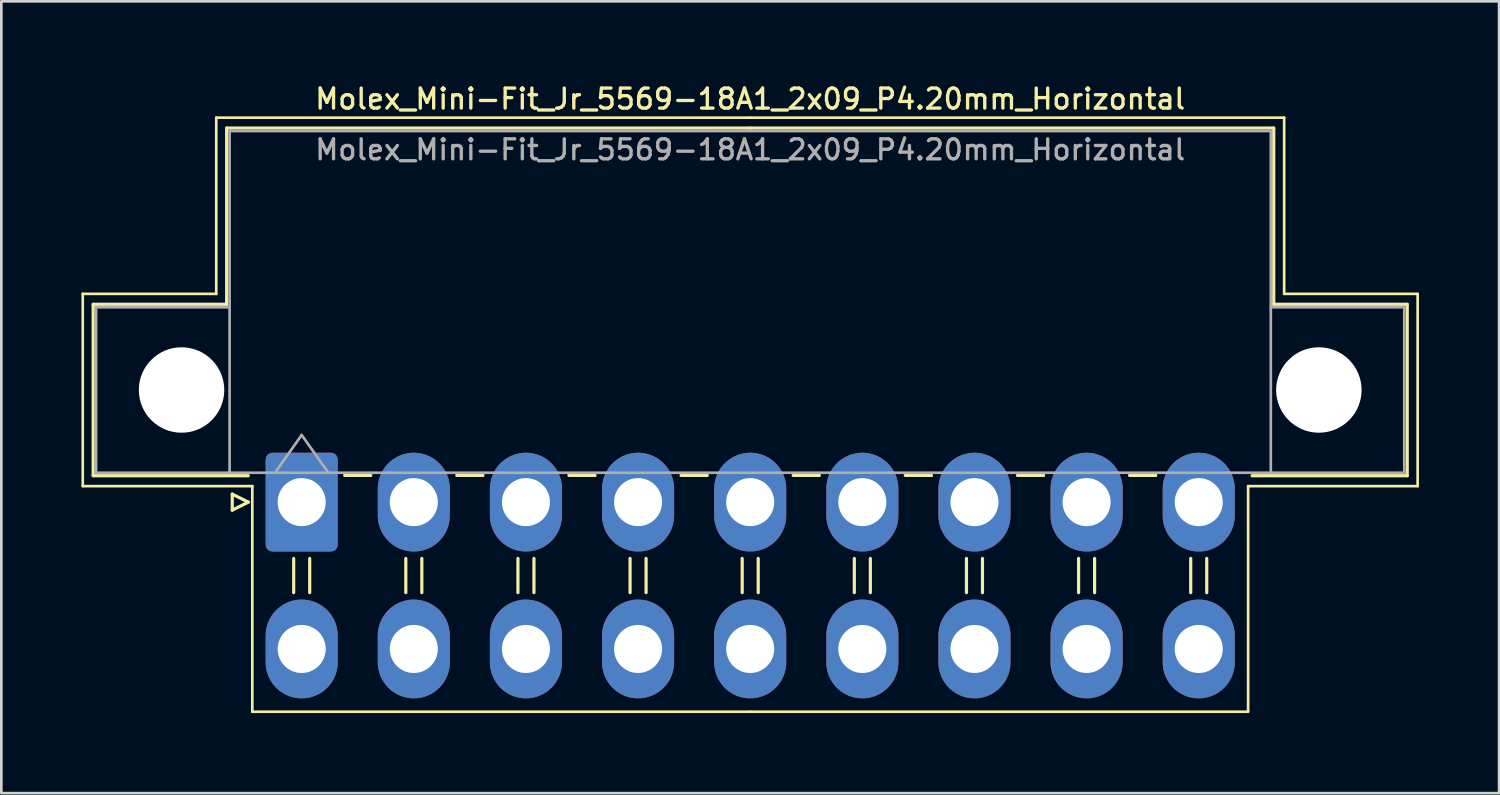
<source format=kicad_pcb>
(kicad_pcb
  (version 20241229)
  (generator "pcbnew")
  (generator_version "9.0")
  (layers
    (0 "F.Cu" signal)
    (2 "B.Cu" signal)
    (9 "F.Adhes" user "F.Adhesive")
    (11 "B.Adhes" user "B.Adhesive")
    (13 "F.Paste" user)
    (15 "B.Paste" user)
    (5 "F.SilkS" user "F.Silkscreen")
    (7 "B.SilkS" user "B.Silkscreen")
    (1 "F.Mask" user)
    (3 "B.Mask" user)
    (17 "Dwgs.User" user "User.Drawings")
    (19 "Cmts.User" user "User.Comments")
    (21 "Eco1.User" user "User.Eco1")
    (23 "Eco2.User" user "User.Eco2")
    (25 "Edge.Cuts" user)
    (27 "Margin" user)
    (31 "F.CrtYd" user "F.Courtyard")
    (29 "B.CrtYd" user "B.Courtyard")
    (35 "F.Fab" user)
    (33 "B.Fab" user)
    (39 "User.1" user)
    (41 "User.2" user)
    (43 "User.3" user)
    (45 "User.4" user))
  (footprint "Molex_Mini-Fit_Jr_5569-18A1_2x09_P4.20mm_Horizontal"
    (layer "F.Cu")
    (at 8.25 15.758)
    (property "Reference" "Molex_Mini-Fit_Jr_5569-18A1_2x09_P4.20mm_Horizontal" (at 16.8 -15.1 0) (layer "F.SilkS") (effects (font (size 0.75 0.75) (thickness 0.125))))
    (attr through_hole)
    (fp_line (start -8.2 -7.8) (end -8.2 -0.6) (stroke (width 0.1) (type solid)) (layer "F.SilkS"))
    (fp_line (start -8.2 -0.6) (end -1.85 -0.6) (stroke (width 0.1) (type solid)) (layer "F.SilkS"))
    (fp_line (start -7.81 -7.41) (end -7.81 -0.99) (stroke (width 0.12) (type solid)) (layer "F.SilkS"))
    (fp_line (start -7.81 -0.99) (end -2 -0.99) (stroke (width 0.12) (type solid)) (layer "F.SilkS"))
    (fp_line (start -3.2 -14.4) (end -3.2 -7.8) (stroke (width 0.1) (type solid)) (layer "F.SilkS"))
    (fp_line (start -3.2 -7.8) (end -8.2 -7.8) (stroke (width 0.1) (type solid)) (layer "F.SilkS"))
    (fp_line (start -2.81 -14.01) (end -2.81 -7.41) (stroke (width 0.12) (type solid)) (layer "F.SilkS"))
    (fp_line (start -2.81 -7.41) (end -7.81 -7.41) (stroke (width 0.12) (type solid)) (layer "F.SilkS"))
    (fp_line (start -2.6 -0.3) (end -2 0) (stroke (width 0.12) (type solid)) (layer "F.SilkS"))
    (fp_line (start -2.6 0.3) (end -2.6 -0.3) (stroke (width 0.12) (type solid)) (layer "F.SilkS"))
    (fp_line (start -2 0) (end -2.6 0.3) (stroke (width 0.12) (type solid)) (layer "F.SilkS"))
    (fp_line (start -1.85 -0.6) (end -1.85 7.85) (stroke (width 0.1) (type solid)) (layer "F.SilkS"))
    (fp_line (start -1.85 7.85) (end 16.8 7.85) (stroke (width 0.1) (type solid)) (layer "F.SilkS"))
    (fp_line (start -0.3 2.11) (end -0.3 3.39) (stroke (width 0.12) (type solid)) (layer "F.SilkS"))
    (fp_line (start 0.3 2.11) (end 0.3 3.39) (stroke (width 0.12) (type solid)) (layer "F.SilkS"))
    (fp_line (start 1.61 -1) (end 2.59 -1) (stroke (width 0.12) (type solid)) (layer "F.SilkS"))
    (fp_line (start 3.9 2.11) (end 3.9 3.39) (stroke (width 0.12) (type solid)) (layer "F.SilkS"))
    (fp_line (start 4.5 2.11) (end 4.5 3.39) (stroke (width 0.12) (type solid)) (layer "F.SilkS"))
    (fp_line (start 5.81 -1) (end 6.79 -1) (stroke (width 0.12) (type solid)) (layer "F.SilkS"))
    (fp_line (start 8.1 2.11) (end 8.1 3.39) (stroke (width 0.12) (type solid)) (layer "F.SilkS"))
    (fp_line (start 8.7 2.11) (end 8.7 3.39) (stroke (width 0.12) (type solid)) (layer "F.SilkS"))
    (fp_line (start 10.01 -1) (end 10.99 -1) (stroke (width 0.12) (type solid)) (layer "F.SilkS"))
    (fp_line (start 12.3 2.11) (end 12.3 3.39) (stroke (width 0.12) (type solid)) (layer "F.SilkS"))
    (fp_line (start 12.9 2.11) (end 12.9 3.39) (stroke (width 0.12) (type solid)) (layer "F.SilkS"))
    (fp_line (start 14.21 -1) (end 15.19 -1) (stroke (width 0.12) (type solid)) (layer "F.SilkS"))
    (fp_line (start 16.5 2.11) (end 16.5 3.39) (stroke (width 0.12) (type solid)) (layer "F.SilkS"))
    (fp_line (start 16.8 -14.4) (end -3.2 -14.4) (stroke (width 0.1) (type solid)) (layer "F.SilkS"))
    (fp_line (start 16.8 -14.4) (end 36.8 -14.4) (stroke (width 0.1) (type solid)) (layer "F.SilkS"))
    (fp_line (start 16.8 -14.01) (end -2.81 -14.01) (stroke (width 0.12) (type solid)) (layer "F.SilkS"))
    (fp_line (start 16.8 -14.01) (end 36.41 -14.01) (stroke (width 0.12) (type solid)) (layer "F.SilkS"))
    (fp_line (start 17.1 2.11) (end 17.1 3.39) (stroke (width 0.12) (type solid)) (layer "F.SilkS"))
    (fp_line (start 18.41 -1) (end 19.39 -1) (stroke (width 0.12) (type solid)) (layer "F.SilkS"))
    (fp_line (start 20.7 2.11) (end 20.7 3.39) (stroke (width 0.12) (type solid)) (layer "F.SilkS"))
    (fp_line (start 21.3 2.11) (end 21.3 3.39) (stroke (width 0.12) (type solid)) (layer "F.SilkS"))
    (fp_line (start 22.61 -1) (end 23.59 -1) (stroke (width 0.12) (type solid)) (layer "F.SilkS"))
    (fp_line (start 24.9 2.11) (end 24.9 3.39) (stroke (width 0.12) (type solid)) (layer "F.SilkS"))
    (fp_line (start 25.5 2.11) (end 25.5 3.39) (stroke (width 0.12) (type solid)) (layer "F.SilkS"))
    (fp_line (start 26.81 -1) (end 27.79 -1) (stroke (width 0.12) (type solid)) (layer "F.SilkS"))
    (fp_line (start 29.1 2.11) (end 29.1 3.39) (stroke (width 0.12) (type solid)) (layer "F.SilkS"))
    (fp_line (start 29.7 2.11) (end 29.7 3.39) (stroke (width 0.12) (type solid)) (layer "F.SilkS"))
    (fp_line (start 31.01 -1) (end 31.99 -1) (stroke (width 0.12) (type solid)) (layer "F.SilkS"))
    (fp_line (start 33.3 2.11) (end 33.3 3.39) (stroke (width 0.12) (type solid)) (layer "F.SilkS"))
    (fp_line (start 33.9 2.11) (end 33.9 3.39) (stroke (width 0.12) (type solid)) (layer "F.SilkS"))
    (fp_line (start 35.45 -0.6) (end 35.45 7.85) (stroke (width 0.1) (type solid)) (layer "F.SilkS"))
    (fp_line (start 35.45 7.85) (end 16.8 7.85) (stroke (width 0.1) (type solid)) (layer "F.SilkS"))
    (fp_line (start 36.41 -14.01) (end 36.41 -7.41) (stroke (width 0.12) (type solid)) (layer "F.SilkS"))
    (fp_line (start 36.41 -7.41) (end 41.41 -7.41) (stroke (width 0.12) (type solid)) (layer "F.SilkS"))
    (fp_line (start 36.8 -14.4) (end 36.8 -7.8) (stroke (width 0.1) (type solid)) (layer "F.SilkS"))
    (fp_line (start 36.8 -7.8) (end 41.8 -7.8) (stroke (width 0.1) (type solid)) (layer "F.SilkS"))
    (fp_line (start 41.41 -7.41) (end 41.41 -0.99) (stroke (width 0.12) (type solid)) (layer "F.SilkS"))
    (fp_line (start 41.41 -0.99) (end 35.6 -0.99) (stroke (width 0.12) (type solid)) (layer "F.SilkS"))
    (fp_line (start 41.8 -7.8) (end 41.8 -0.6) (stroke (width 0.1) (type solid)) (layer "F.SilkS"))
    (fp_line (start 41.8 -0.6) (end 35.45 -0.6) (stroke (width 0.1) (type solid)) (layer "F.SilkS"))
    (fp_line (start -7.7 -7.3) (end -7.7 -1.1) (stroke (width 0.1) (type solid)) (layer "F.Fab"))
    (fp_line (start -7.7 -1.1) (end -2.7 -1.1) (stroke (width 0.1) (type solid)) (layer "F.Fab"))
    (fp_line (start -2.7 -13.9) (end -2.7 -1.1) (stroke (width 0.1) (type solid)) (layer "F.Fab"))
    (fp_line (start -2.7 -7.3) (end -7.7 -7.3) (stroke (width 0.1) (type solid)) (layer "F.Fab"))
    (fp_line (start -2.7 -1.1) (end 36.3 -1.1) (stroke (width 0.1) (type solid)) (layer "F.Fab"))
    (fp_line (start -1 -1.1) (end 0 -2.514) (stroke (width 0.1) (type solid)) (layer "F.Fab"))
    (fp_line (start 0 -2.514) (end 1 -1.1) (stroke (width 0.1) (type solid)) (layer "F.Fab"))
    (fp_line (start 36.3 -13.9) (end -2.7 -13.9) (stroke (width 0.1) (type solid)) (layer "F.Fab"))
    (fp_line (start 36.3 -7.3) (end 41.3 -7.3) (stroke (width 0.1) (type solid)) (layer "F.Fab"))
    (fp_line (start 36.3 -1.1) (end 36.3 -13.9) (stroke (width 0.1) (type solid)) (layer "F.Fab"))
    (fp_line (start 41.3 -7.3) (end 41.3 -1.1) (stroke (width 0.1) (type solid)) (layer "F.Fab"))
    (fp_line (start 41.3 -1.1) (end 36.3 -1.1) (stroke (width 0.1) (type solid)) (layer "F.Fab"))
    (fp_text user "${REFERENCE}" (at 16.8 -13.2 0) (layer "F.Fab") (effects (font (size 0.75 0.75) (thickness 0.125))))
    (pad "" np_thru_hole circle (at -4.5 -4.2) (size 3.2 3.2) (drill 3.2) (layers "*.Cu" "*.Mask"))
    (pad "" np_thru_hole circle (at 38.1 -4.2) (size 3.2 3.2) (drill 3.2) (layers "*.Cu" "*.Mask"))
    (pad "1" thru_hole roundrect (at 0 0) (size 2.7 3.7) (drill 1.8) (layers "*.Cu" "*.Mask") (roundrect_rratio 0.093))
    (pad "2" thru_hole oval (at 4.2 0) (size 2.7 3.7) (drill 1.8) (layers "*.Cu" "*.Mask"))
    (pad "3" thru_hole oval (at 8.4 0) (size 2.7 3.7) (drill 1.8) (layers "*.Cu" "*.Mask"))
    (pad "4" thru_hole oval (at 12.6 0) (size 2.7 3.7) (drill 1.8) (layers "*.Cu" "*.Mask"))
    (pad "5" thru_hole oval (at 16.8 0) (size 2.7 3.7) (drill 1.8) (layers "*.Cu" "*.Mask"))
    (pad "6" thru_hole oval (at 21 0) (size 2.7 3.7) (drill 1.8) (layers "*.Cu" "*.Mask"))
    (pad "7" thru_hole oval (at 25.2 0) (size 2.7 3.7) (drill 1.8) (layers "*.Cu" "*.Mask"))
    (pad "8" thru_hole oval (at 29.4 0) (size 2.7 3.7) (drill 1.8) (layers "*.Cu" "*.Mask"))
    (pad "9" thru_hole oval (at 33.6 0) (size 2.7 3.7) (drill 1.8) (layers "*.Cu" "*.Mask"))
    (pad "10" thru_hole oval (at 0 5.5) (size 2.7 3.7) (drill 1.8) (layers "*.Cu" "*.Mask"))
    (pad "11" thru_hole oval (at 4.2 5.5) (size 2.7 3.7) (drill 1.8) (layers "*.Cu" "*.Mask"))
    (pad "12" thru_hole oval (at 8.4 5.5) (size 2.7 3.7) (drill 1.8) (layers "*.Cu" "*.Mask"))
    (pad "13" thru_hole oval (at 12.6 5.5) (size 2.7 3.7) (drill 1.8) (layers "*.Cu" "*.Mask"))
    (pad "14" thru_hole oval (at 16.8 5.5) (size 2.7 3.7) (drill 1.8) (layers "*.Cu" "*.Mask"))
    (pad "15" thru_hole oval (at 21 5.5) (size 2.7 3.7) (drill 1.8) (layers "*.Cu" "*.Mask"))
    (pad "16" thru_hole oval (at 25.2 5.5) (size 2.7 3.7) (drill 1.8) (layers "*.Cu" "*.Mask"))
    (pad "17" thru_hole oval (at 29.4 5.5) (size 2.7 3.7) (drill 1.8) (layers "*.Cu" "*.Mask"))
    (pad "18" thru_hole oval (at 33.6 5.5) (size 2.7 3.7) (drill 1.8) (layers "*.Cu" "*.Mask")))
  (gr_rect
    (start -3 -3)
    (end 53.1 26.658)
    (stroke (width 0.1) (type default))
    (fill no)
    (layer "Edge.Cuts")))
</source>
